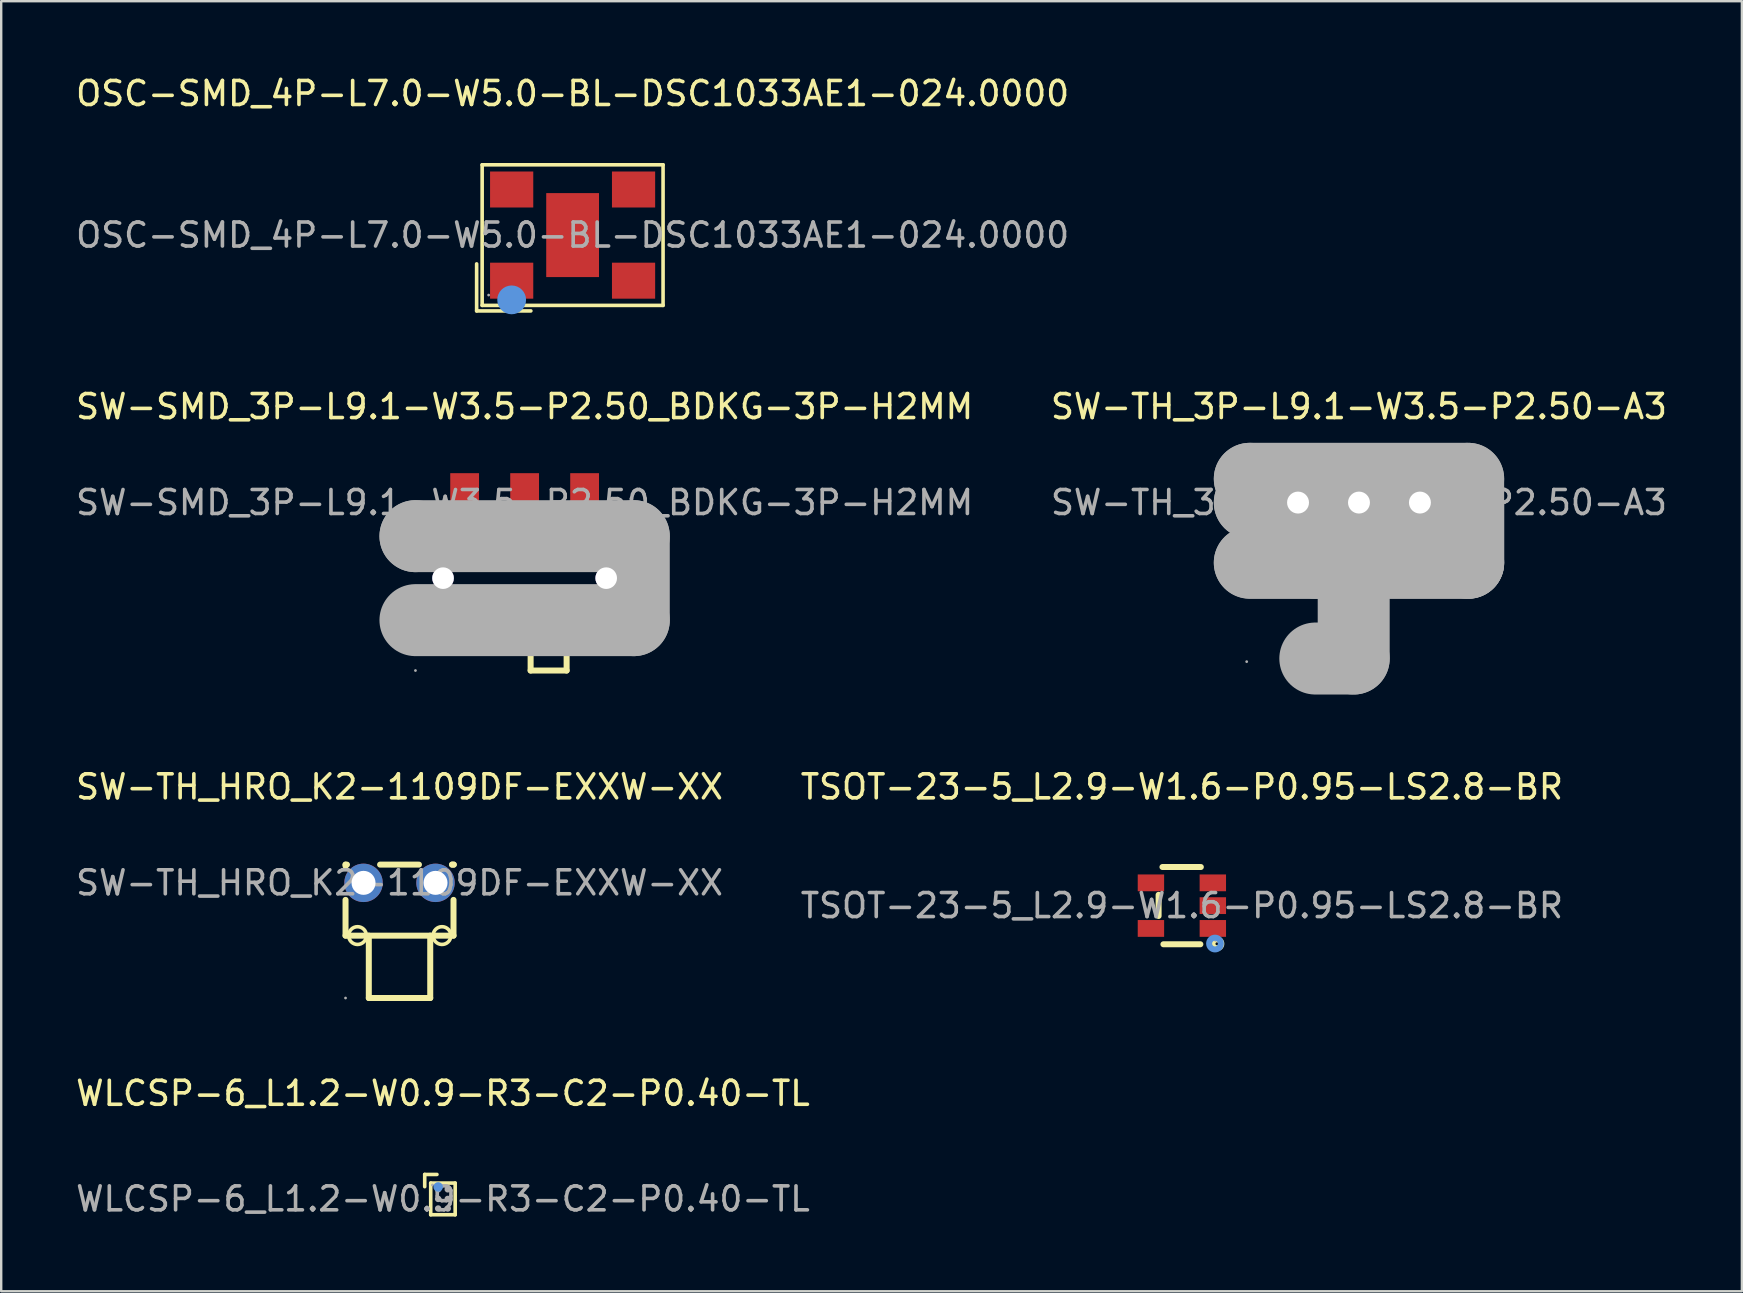
<source format=kicad_pcb>
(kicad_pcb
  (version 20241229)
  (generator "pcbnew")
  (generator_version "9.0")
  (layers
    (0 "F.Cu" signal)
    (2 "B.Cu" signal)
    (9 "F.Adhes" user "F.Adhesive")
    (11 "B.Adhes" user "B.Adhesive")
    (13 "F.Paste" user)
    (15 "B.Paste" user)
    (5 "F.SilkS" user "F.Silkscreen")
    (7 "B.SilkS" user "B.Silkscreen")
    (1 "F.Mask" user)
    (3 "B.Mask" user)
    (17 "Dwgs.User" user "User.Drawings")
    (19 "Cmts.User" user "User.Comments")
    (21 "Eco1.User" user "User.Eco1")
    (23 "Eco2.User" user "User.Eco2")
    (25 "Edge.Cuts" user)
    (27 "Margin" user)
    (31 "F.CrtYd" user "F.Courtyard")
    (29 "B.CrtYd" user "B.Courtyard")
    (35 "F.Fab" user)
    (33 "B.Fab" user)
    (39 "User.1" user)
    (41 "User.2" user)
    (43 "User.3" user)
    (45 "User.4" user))
  (footprint "SW-TH_3P-L9.1-W3.5-P2.50-A3"
    (layer "F.Cu")
    (at 53.589 17.896)
    (property "Reference" "SW-TH_3P-L9.1-W3.5-P2.50-A3" (at 0 -4 0) (layer "F.SilkS") (effects (font (size 1 1) (thickness 0.15))))
    (attr through_hole)
    (fp_line (start -4.55 -0.99) (end -4.55 -0.99) (stroke (width 3) (type solid)) (layer "F.Fab"))
    (fp_line (start -4.55 -0.99) (end 4.55 -0.99) (stroke (width 3) (type solid)) (layer "F.Fab"))
    (fp_line (start -4.55 0) (end -4.55 0) (stroke (width 3) (type solid)) (layer "F.Fab"))
    (fp_line (start -4.55 0) (end 4.55 0) (stroke (width 3) (type solid)) (layer "F.Fab"))
    (fp_line (start -1.82 2.5) (end -1.82 2.5) (stroke (width 3) (type solid)) (layer "F.Fab"))
    (fp_line (start -1.82 2.5) (end -0.22 2.5) (stroke (width 3) (type solid)) (layer "F.Fab"))
    (fp_line (start -0.22 2.5) (end -0.22 6.5) (stroke (width 3) (type solid)) (layer "F.Fab"))
    (fp_line (start -0.22 6.5) (end -1.82 6.5) (stroke (width 3) (type solid)) (layer "F.Fab"))
    (fp_line (start 4.55 -0.99) (end 4.55 2.51) (stroke (width 3) (type solid)) (layer "F.Fab"))
    (fp_line (start 4.55 0) (end 4.55 2.5) (stroke (width 3) (type solid)) (layer "F.Fab"))
    (fp_line (start 4.55 2.5) (end -4.55 2.5) (stroke (width 3) (type solid)) (layer "F.Fab"))
    (fp_line (start 4.55 2.51) (end -4.55 2.51) (stroke (width 3) (type solid)) (layer "F.Fab"))
    (fp_circle (center -4.68 6.63) (end -4.65 6.63) (stroke (width 0.06) (type solid)) (fill no) (layer "F.Fab"))
    (fp_circle (center -2.54 0) (end -2.36 0) (stroke (width 0.36) (type solid)) (fill no) (layer "F.Fab"))
    (fp_circle (center 0 0) (end 0.18 0) (stroke (width 0.36) (type solid)) (fill no) (layer "F.Fab"))
    (fp_circle (center 2.54 0) (end 2.72 0) (stroke (width 0.36) (type solid)) (fill no) (layer "F.Fab"))
    (fp_text user "${REFERENCE}" (at 0 0 0) (layer "F.Fab") (effects (font (size 1 1) (thickness 0.15))))
    (pad "1" thru_hole circle (at -2.54 0 180) (size 1.52 1.52) (drill 0.914) (layers "*.Cu" "*.Mask"))
    (pad "2" thru_hole circle (at 0 0 180) (size 1.52 1.52) (drill 0.914) (layers "*.Cu" "*.Mask"))
    (pad "3" thru_hole circle (at 2.54 0 180) (size 1.52 1.52) (drill 0.914) (layers "*.Cu" "*.Mask")))
  (footprint "SW-TH_HRO_K2-1109DF-EXXW-XX"
    (layer "F.Cu")
    (at 13.601 33.745)
    (property "Reference" "SW-TH_HRO_K2-1109DF-EXXW-XX" (at 0 -4 0) (layer "F.SilkS") (effects (font (size 1 1) (thickness 0.15))))
    (attr through_hole)
    (fp_line (start -2.25 -0.76) (end -2.19 -0.76) (stroke (width 0.25) (type solid)) (layer "F.SilkS"))
    (fp_line (start -2.25 -0.7) (end -2.25 -0.76) (stroke (width 0.25) (type solid)) (layer "F.SilkS"))
    (fp_line (start -2.25 2.2) (end -2.25 0.71) (stroke (width 0.25) (type solid)) (layer "F.SilkS"))
    (fp_line (start -2.25 2.2) (end 2.25 2.2) (stroke (width 0.25) (type solid)) (layer "F.SilkS"))
    (fp_line (start -1.28 4.8) (end -1.28 2.2) (stroke (width 0.25) (type solid)) (layer "F.SilkS"))
    (fp_line (start 0.81 -0.76) (end -0.81 -0.76) (stroke (width 0.25) (type solid)) (layer "F.SilkS"))
    (fp_line (start 1.28 2.2) (end 1.28 4.8) (stroke (width 0.25) (type solid)) (layer "F.SilkS"))
    (fp_line (start 1.28 4.8) (end -1.28 4.8) (stroke (width 0.25) (type solid)) (layer "F.SilkS"))
    (fp_line (start 2.25 2.2) (end 2.25 0.71) (stroke (width 0.25) (type solid)) (layer "F.SilkS"))
    (fp_line (start 2.26 -0.76) (end 2.19 -0.76) (stroke (width 0.25) (type solid)) (layer "F.SilkS"))
    (fp_line (start 2.26 -0.76) (end 2.19 -0.76) (stroke (width 0.25) (type solid)) (layer "F.SilkS"))
    (fp_arc (start -1.380056 2.206457) (mid -2.119986 2.196771) (end -1.38 2.2) (stroke (width 0.15) (type solid)) (layer "F.SilkS"))
    (fp_arc (start 2.139944 2.206457) (mid 1.400014 2.196771) (end 2.14 2.2) (stroke (width 0.15) (type solid)) (layer "F.SilkS"))
    (fp_circle (center -2.25 4.8) (end -2.22 4.8) (stroke (width 0.06) (type solid)) (fill no) (layer "F.Fab"))
    (fp_text user "${REFERENCE}" (at 0 0 0) (layer "F.Fab") (effects (font (size 1 1) (thickness 0.15))))
    (pad "1" thru_hole circle (at -1.5 0) (size 1.6 1.6) (drill 1) (layers "*.Cu" "*.Mask"))
    (pad "2" thru_hole circle (at 1.5 0) (size 1.6 1.6) (drill 1) (layers "*.Cu" "*.Mask")))
  (footprint "WLCSP-6_L1.2-W0.9-R3-C2-P0.40-TL"
    (layer "F.Cu")
    (at 15.411 46.918)
    (property "Reference" "WLCSP-6_L1.2-W0.9-R3-C2-P0.40-TL" (at 0 -4.4 0) (layer "F.SilkS") (effects (font (size 1 1) (thickness 0.15))))
    (attr smd)
    (fp_line (start -0.76 -1.02) (end -0.25 -1.02) (stroke (width 0.15) (type solid)) (layer "F.SilkS"))
    (fp_line (start -0.76 -0.51) (end -0.76 -1.02) (stroke (width 0.15) (type solid)) (layer "F.SilkS"))
    (fp_line (start -0.51 -0.66) (end 0.51 -0.66) (stroke (width 0.15) (type solid)) (layer "F.SilkS"))
    (fp_line (start -0.51 0.66) (end -0.51 -0.66) (stroke (width 0.15) (type solid)) (layer "F.SilkS"))
    (fp_line (start 0.51 -0.66) (end 0.51 0.66) (stroke (width 0.15) (type solid)) (layer "F.SilkS"))
    (fp_line (start 0.51 0.66) (end -0.51 0.66) (stroke (width 0.15) (type solid)) (layer "F.SilkS"))
    (fp_circle (center -0.2 -0.5) (end -0.1 -0.5) (stroke (width 0.2) (type solid)) (fill no) (layer "Cmts.User"))
    (fp_circle (center -0.44 -0.58) (end -0.41 -0.58) (stroke (width 0.06) (type solid)) (fill no) (layer "F.Fab"))
    (fp_circle (center -0.2 -0.4) (end -0.13 -0.4) (stroke (width 0.13) (type solid)) (fill no) (layer "F.Fab"))
    (fp_circle (center -0.2 0) (end -0.13 0) (stroke (width 0.13) (type solid)) (fill no) (layer "F.Fab"))
    (fp_circle (center -0.2 0.4) (end -0.13 0.4) (stroke (width 0.13) (type solid)) (fill no) (layer "F.Fab"))
    (fp_circle (center 0.2 -0.4) (end 0.27 -0.4) (stroke (width 0.13) (type solid)) (fill no) (layer "F.Fab"))
    (fp_circle (center 0.2 0) (end 0.27 0) (stroke (width 0.13) (type solid)) (fill no) (layer "F.Fab"))
    (fp_circle (center 0.2 0.4) (end 0.27 0.4) (stroke (width 0.13) (type solid)) (fill no) (layer "F.Fab"))
    (fp_text user "${REFERENCE}" (at 0 0 0) (layer "F.Fab") (effects (font (size 1 1) (thickness 0.15))))
    (pad "A1" smd circle (at -0.2 -0.4) (size 0.21 0.21) (layers "F.Cu" "F.Mask" "F.Paste"))
    (pad "A2" smd circle (at 0.2 -0.4) (size 0.21 0.21) (layers "F.Cu" "F.Mask" "F.Paste"))
    (pad "B1" smd circle (at -0.2 0) (size 0.21 0.21) (layers "F.Cu" "F.Mask" "F.Paste"))
    (pad "B2" smd circle (at 0.2 0) (size 0.21 0.21) (layers "F.Cu" "F.Mask" "F.Paste"))
    (pad "C1" smd circle (at -0.2 0.4) (size 0.21 0.21) (layers "F.Cu" "F.Mask" "F.Paste"))
    (pad "C2" smd circle (at 0.2 0.4) (size 0.21 0.21) (layers "F.Cu" "F.Mask" "F.Paste")))
  (footprint "TSOT-23-5_L2.9-W1.6-P0.95-LS2.8-BR"
    (layer "F.Cu")
    (at 46.208 34.695)
    (property "Reference" "TSOT-23-5_L2.9-W1.6-P0.95-LS2.8-BR" (at 0 -4.95 0) (layer "F.SilkS") (effects (font (size 1 1) (thickness 0.15))))
    (attr smd)
    (fp_line (start -0.97 0.43) (end -0.97 -0.45) (stroke (width 0.25) (type solid)) (layer "F.SilkS"))
    (fp_line (start -0.81 -1.61) (end 0.79 -1.61) (stroke (width 0.25) (type solid)) (layer "F.SilkS"))
    (fp_line (start -0.77 1.61) (end 0.77 1.61) (stroke (width 0.25) (type solid)) (layer "F.SilkS"))
    (fp_circle (center 1.46 1.59) (end 1.52 1.59) (stroke (width 0.25) (type solid)) (fill no) (layer "F.SilkS"))
    (fp_circle (center 1.38 1.58) (end 1.5 1.58) (stroke (width 0.25) (type solid)) (fill no) (layer "Cmts.User"))
    (fp_circle (center 1.4 1.45) (end 1.43 1.45) (stroke (width 0.06) (type solid)) (fill no) (layer "F.Fab"))
    (fp_text user "${REFERENCE}" (at 0 0 0) (layer "F.Fab") (effects (font (size 1 1) (thickness 0.15))))
    (pad "1" smd rect (at 1.29 0.95) (size 1.1 0.7) (layers "F.Cu" "F.Mask" "F.Paste"))
    (pad "2" smd rect (at 1.29 0) (size 1.1 0.7) (layers "F.Cu" "F.Mask" "F.Paste"))
    (pad "3" smd rect (at 1.29 -0.95) (size 1.1 0.7) (layers "F.Cu" "F.Mask" "F.Paste"))
    (pad "4" smd rect (at -1.29 -0.95 180) (size 1.1 0.7) (layers "F.Cu" "F.Mask" "F.Paste"))
    (pad "5" smd rect (at -1.29 0.95 180) (size 1.1 0.7) (layers "F.Cu" "F.Mask" "F.Paste")))
  (footprint "SW-SMD_3P-L9.1-W3.5-P2.50_BDKG-3P-H2MM"
    (layer "F.Cu")
    (at 18.815 17.896)
    (property "Reference" "SW-SMD_3P-L9.1-W3.5-P2.50_BDKG-3P-H2MM" (at 0 -4 0) (layer "F.SilkS") (effects (font (size 1 1) (thickness 0.15))))
    (attr smd)
    (fp_line (start 0.25 7) (end 0.25 4.91) (stroke (width 0.25) (type solid)) (layer "F.SilkS"))
    (fp_line (start 0.25 7) (end 1.75 7) (stroke (width 0.25) (type solid)) (layer "F.SilkS"))
    (fp_line (start 1.75 7) (end 1.75 4.93) (stroke (width 0.25) (type solid)) (layer "F.SilkS"))
    (fp_circle (center -3.4 3.15) (end -3.2 3.15) (stroke (width 0.4) (type solid)) (fill no) (layer "Cmts.User"))
    (fp_circle (center 3.4 3.15) (end 3.6 3.15) (stroke (width 0.4) (type solid)) (fill no) (layer "Cmts.User"))
    (fp_line (start -4.55 1.4) (end -4.55 1.4) (stroke (width 3) (type solid)) (layer "F.Fab"))
    (fp_line (start -4.55 1.4) (end 4.55 1.4) (stroke (width 3) (type solid)) (layer "F.Fab"))
    (fp_line (start 4.55 1.4) (end 4.55 4.9) (stroke (width 3) (type solid)) (layer "F.Fab"))
    (fp_line (start 4.55 4.9) (end -4.55 4.9) (stroke (width 3) (type solid)) (layer "F.Fab"))
    (fp_circle (center -4.55 7) (end -4.52 7) (stroke (width 0.06) (type solid)) (fill no) (layer "F.Fab"))
    (fp_text user "${REFERENCE}" (at 0 0 0) (layer "F.Fab") (effects (font (size 1 1) (thickness 0.15))))
    (pad "" thru_hole circle (at -3.4 3.15) (size 0.9 0.9) (drill 0.9) (layers "*.Cu" "*.Mask"))
    (pad "" thru_hole circle (at 3.4 3.15) (size 0.9 0.9) (drill 0.9) (layers "*.Cu" "*.Mask"))
    (pad "1" smd rect (at -2.5 0 90) (size 2.45 1.2) (layers "F.Cu" "F.Mask" "F.Paste"))
    (pad "2" smd rect (at 0 0 90) (size 2.45 1.2) (layers "F.Cu" "F.Mask" "F.Paste"))
    (pad "3" smd rect (at 2.5 0 90) (size 2.45 1.2) (layers "F.Cu" "F.Mask" "F.Paste")))
  (footprint "OSC-SMD_4P-L7.0-W5.0-BL-DSC1033AE1-024.0000"
    (layer "F.Cu")
    (at 20.815 6.748)
    (property "Reference" "OSC-SMD_4P-L7.0-W5.0-BL-DSC1033AE1-024.0000" (at 0 -5.9 0) (layer "F.SilkS") (effects (font (size 1 1) (thickness 0.15))))
    (attr smd)
    (fp_line (start -4 1.2) (end -4 3.16) (stroke (width 0.15) (type solid)) (layer "F.SilkS"))
    (fp_line (start -4 3.16) (end -1.74 3.16) (stroke (width 0.15) (type solid)) (layer "F.SilkS"))
    (fp_line (start -3.77 -2.93) (end 3.77 -2.93) (stroke (width 0.15) (type solid)) (layer "F.SilkS"))
    (fp_line (start -3.77 2.93) (end -3.77 -2.93) (stroke (width 0.15) (type solid)) (layer "F.SilkS"))
    (fp_line (start 3.77 -2.93) (end 3.77 2.93) (stroke (width 0.15) (type solid)) (layer "F.SilkS"))
    (fp_line (start 3.77 2.93) (end -3.77 2.93) (stroke (width 0.15) (type solid)) (layer "F.SilkS"))
    (fp_circle (center -2.54 2.7) (end -2.24 2.7) (stroke (width 0.6) (type solid)) (fill no) (layer "Cmts.User"))
    (fp_circle (center -3.5 2.5) (end -3.47 2.5) (stroke (width 0.06) (type solid)) (fill no) (layer "F.Fab"))
    (fp_text user "${REFERENCE}" (at 0 0 0) (layer "F.Fab") (effects (font (size 1 1) (thickness 0.15))))
    (pad "1" smd rect (at -2.54 1.9) (size 1.8 1.5) (layers "F.Cu" "F.Mask" "F.Paste"))
    (pad "2" smd rect (at 2.54 1.9) (size 1.8 1.5) (layers "F.Cu" "F.Mask" "F.Paste"))
    (pad "3" smd rect (at 2.54 -1.9) (size 1.8 1.5) (layers "F.Cu" "F.Mask" "F.Paste"))
    (pad "4" smd rect (at -2.54 -1.9) (size 1.8 1.5) (layers "F.Cu" "F.Mask" "F.Paste"))
    (pad "5" smd rect (at 0 0) (size 2.2 3.5) (layers "F.Cu" "F.Mask" "F.Paste")))
  (gr_rect
    (start -3 -3)
    (end 69.548 50.766)
    (stroke (width 0.1) (type default))
    (fill no)
    (layer "Edge.Cuts")))
</source>
